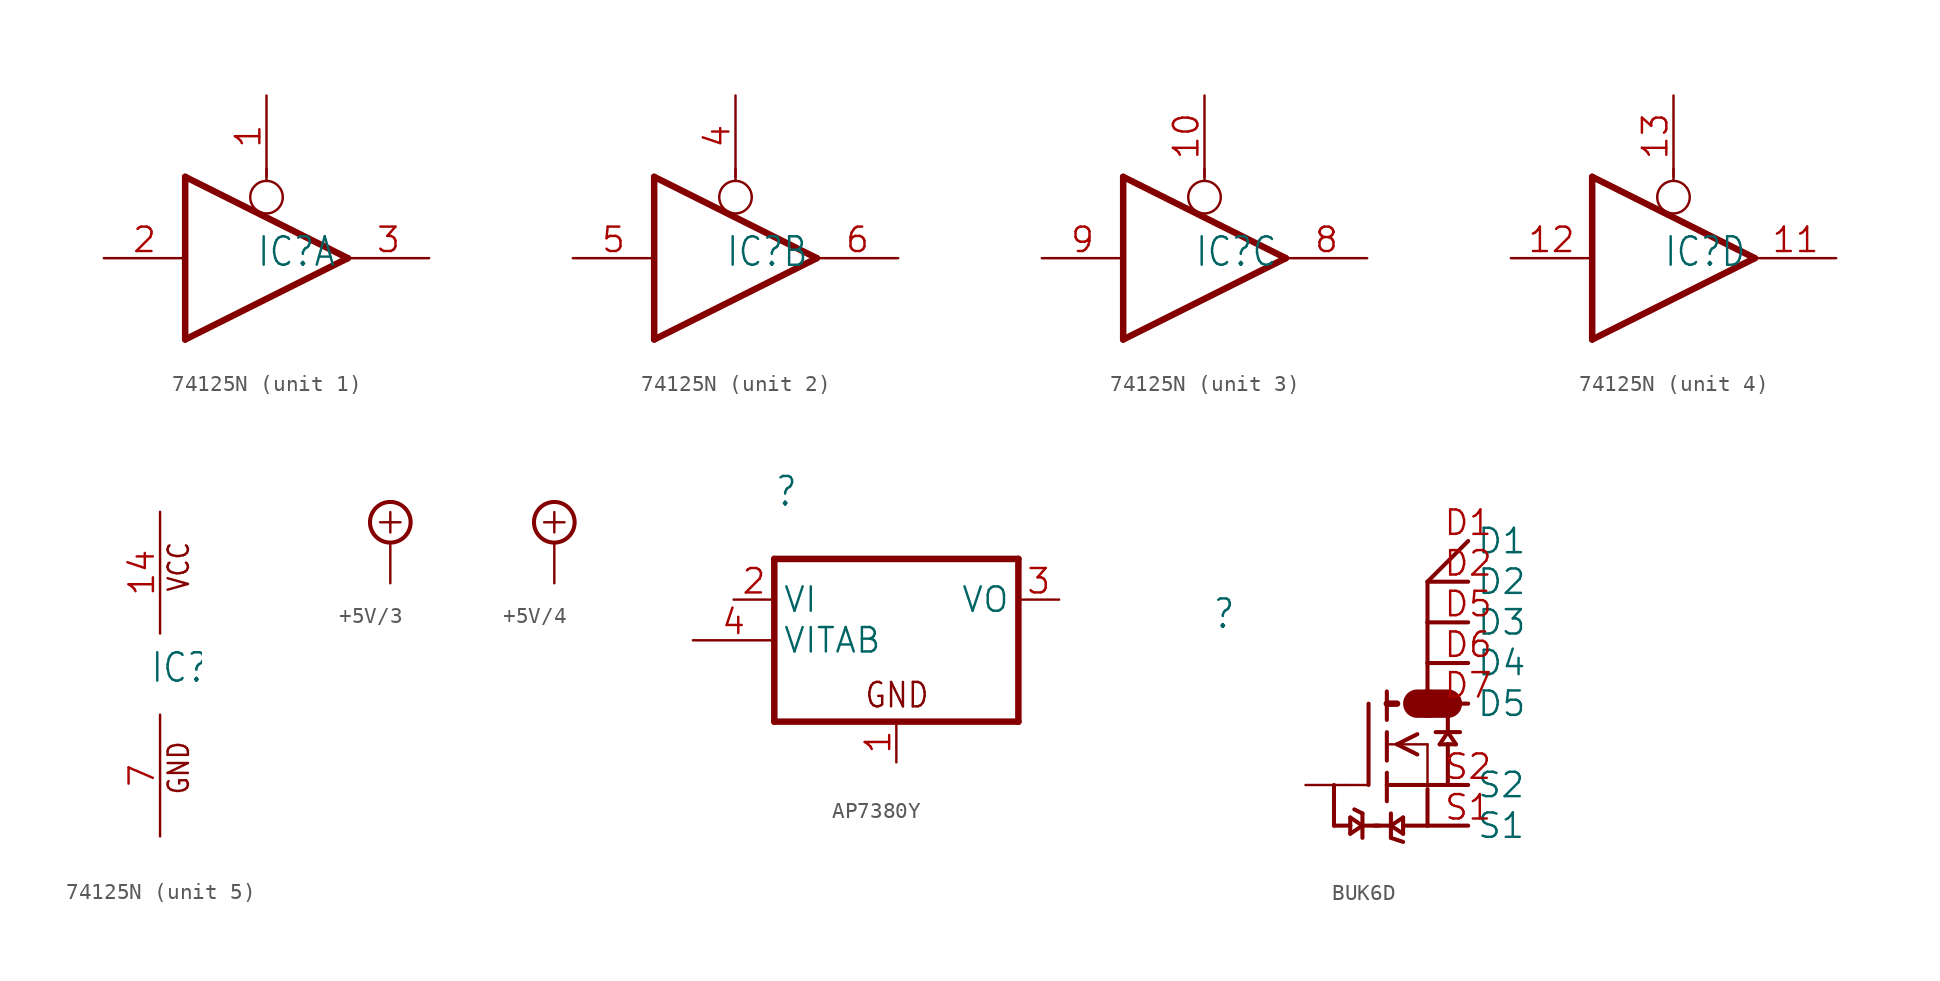
<source format=kicad_sym>
(kicad_symbol_lib
  (version 20241209)
  (generator "kicad_symbol_editor")
  (generator_version "9.0")
  (symbol "74125N"
    (property "Reference" "IC"
      (at -0.635 -0.635 0)
      (effects (font (size 1.778 1.511)) (justify left bottom)))
    (property "ki_locked" ""
      (at 0 0 0)
      (effects (font (size 1.27 1.27))))
    (symbol "74125N_1_0"
      (polyline (pts (xy -5.08 -5.08) (xy -5.08 5.08)) (stroke (width 0.406) (type solid)) (fill (type none)))
      (polyline (pts (xy 0 4.826) (xy 0 5.588)) (stroke (width 0.152) (type solid)) (fill (type none)))
      (circle (center 0 3.81) (radius 1.016) (stroke (width 0.152) (type solid)) (fill (type none)))
      (polyline (pts (xy 5.08 0) (xy -5.08 5.08)) (stroke (width 0.406) (type solid)) (fill (type none)))
      (polyline (pts (xy 5.08 0) (xy -5.08 -5.08)) (stroke (width 0.406) (type solid)) (fill (type none)))
      (pin input line (at -10.16 0 0) (length 5.08) (name "I" (effects (font (size 0 0)))) (number "2" (effects (font (size 1.524 1.524)))))
      (pin input line (at 0 10.16 270) (length 5.08) (name "OE" (effects (font (size 0 0)))) (number "1" (effects (font (size 1.524 1.524)))))
      (pin tri_state line (at 10.16 0 180) (length 5.08) (name "O" (effects (font (size 0 0)))) (number "3" (effects (font (size 1.524 1.524))))))
    (symbol "74125N_2_0"
      (polyline (pts (xy -5.08 -5.08) (xy -5.08 5.08)) (stroke (width 0.406) (type solid)) (fill (type none)))
      (polyline (pts (xy 0 4.826) (xy 0 5.588)) (stroke (width 0.152) (type solid)) (fill (type none)))
      (circle (center 0 3.81) (radius 1.016) (stroke (width 0.152) (type solid)) (fill (type none)))
      (polyline (pts (xy 5.08 0) (xy -5.08 5.08)) (stroke (width 0.406) (type solid)) (fill (type none)))
      (polyline (pts (xy 5.08 0) (xy -5.08 -5.08)) (stroke (width 0.406) (type solid)) (fill (type none)))
      (pin input line (at -10.16 0 0) (length 5.08) (name "I" (effects (font (size 0 0)))) (number "5" (effects (font (size 1.524 1.524)))))
      (pin input line (at 0 10.16 270) (length 5.08) (name "OE" (effects (font (size 0 0)))) (number "4" (effects (font (size 1.524 1.524)))))
      (pin tri_state line (at 10.16 0 180) (length 5.08) (name "O" (effects (font (size 0 0)))) (number "6" (effects (font (size 1.524 1.524))))))
    (symbol "74125N_3_0"
      (polyline (pts (xy -5.08 -5.08) (xy -5.08 5.08)) (stroke (width 0.406) (type solid)) (fill (type none)))
      (polyline (pts (xy 0 4.826) (xy 0 5.588)) (stroke (width 0.152) (type solid)) (fill (type none)))
      (circle (center 0 3.81) (radius 1.016) (stroke (width 0.152) (type solid)) (fill (type none)))
      (polyline (pts (xy 5.08 0) (xy -5.08 5.08)) (stroke (width 0.406) (type solid)) (fill (type none)))
      (polyline (pts (xy 5.08 0) (xy -5.08 -5.08)) (stroke (width 0.406) (type solid)) (fill (type none)))
      (pin input line (at -10.16 0 0) (length 5.08) (name "I" (effects (font (size 0 0)))) (number "9" (effects (font (size 1.524 1.524)))))
      (pin input line (at 0 10.16 270) (length 5.08) (name "OE" (effects (font (size 0 0)))) (number "10" (effects (font (size 1.524 1.524)))))
      (pin tri_state line (at 10.16 0 180) (length 5.08) (name "O" (effects (font (size 0 0)))) (number "8" (effects (font (size 1.524 1.524))))))
    (symbol "74125N_4_0"
      (polyline (pts (xy -5.08 -5.08) (xy -5.08 5.08)) (stroke (width 0.406) (type solid)) (fill (type none)))
      (polyline (pts (xy 0 4.826) (xy 0 5.588)) (stroke (width 0.152) (type solid)) (fill (type none)))
      (circle (center 0 3.81) (radius 1.016) (stroke (width 0.152) (type solid)) (fill (type none)))
      (polyline (pts (xy 5.08 0) (xy -5.08 5.08)) (stroke (width 0.406) (type solid)) (fill (type none)))
      (polyline (pts (xy 5.08 0) (xy -5.08 -5.08)) (stroke (width 0.406) (type solid)) (fill (type none)))
      (pin input line (at -10.16 0 0) (length 5.08) (name "I" (effects (font (size 0 0)))) (number "12" (effects (font (size 1.524 1.524)))))
      (pin input line (at 0 10.16 270) (length 5.08) (name "OE" (effects (font (size 0 0)))) (number "13" (effects (font (size 1.524 1.524)))))
      (pin tri_state line (at 10.16 0 180) (length 5.08) (name "O" (effects (font (size 0 0)))) (number "11" (effects (font (size 1.524 1.524))))))
    (symbol "74125N_5_0"
      (text "VCC" (at 1.905 5.08 900) (effects (font (size 1.27 1.079)) (justify left bottom)))
      (text "GND" (at 1.905 -7.62 900) (effects (font (size 1.27 1.079)) (justify left bottom)))
      (pin power_in line (at 0 10.16 270) (length 7.62) (name "VCC" (effects (font (size 0 0)))) (number "14" (effects (font (size 1.524 1.524)))))
      (pin power_in line (at 0 -10.16 90) (length 7.62) (name "GND" (effects (font (size 0 0)))) (number "7" (effects (font (size 1.524 1.524)))))))
  (symbol "+5V/3"
    (power)
    (property "Reference" "#V"
      (at 0 0 0)
      (effects (font (size 1.27 1.27)) (hide yes)))
    (property "Value" ""
      (at -3.81 3.175 0)
      (effects (font (size 1.778 1.511)) (justify left bottom)))
    (property "ki_locked" ""
      (at 0 0 0)
      (effects (font (size 1.27 1.27))))
    (symbol "+5V/3_1_0"
      (polyline (pts (xy -0.635 1.27) (xy 0.635 1.27)) (stroke (width 0.152) (type solid)) (fill (type none)))
      (polyline (pts (xy 0 1.905) (xy 0 0.635)) (stroke (width 0.152) (type solid)) (fill (type none)))
      (circle (center 0 1.27) (radius 1.27) (stroke (width 0.254) (type solid)) (fill (type none)))
      (pin power_in line (at 0 -2.54 90) (length 2.54) (name "+5V/3" (effects (font (size 0 0)))) (number "1" (effects (font (size 0 0)))))))
  (symbol "+5V/4"
    (power)
    (property "Reference" "#V"
      (at 0 0 0)
      (effects (font (size 1.27 1.27)) (hide yes)))
    (property "Value" ""
      (at -3.81 3.175 0)
      (effects (font (size 1.778 1.511)) (justify left bottom)))
    (property "ki_locked" ""
      (at 0 0 0)
      (effects (font (size 1.27 1.27))))
    (symbol "+5V/4_1_0"
      (polyline (pts (xy -0.635 1.27) (xy 0.635 1.27)) (stroke (width 0.152) (type solid)) (fill (type none)))
      (circle (center 0 1.27) (radius 1.27) (stroke (width 0.254) (type solid)) (fill (type none)))
      (polyline (pts (xy 0 0.635) (xy 0 1.905)) (stroke (width 0.152) (type solid)) (fill (type none)))
      (pin power_in line (at 0 -2.54 90) (length 2.54) (name "+5V/4" (effects (font (size 0 0)))) (number "1" (effects (font (size 0 0)))))))
  (symbol "AP7380Y"
    (property "Reference" ""
      (at -7.62 8.255 0)
      (effects (font (size 1.778 1.511)) (justify left bottom)))
    (property "Value" ""
      (at -7.62 5.715 0)
      (effects (font (size 1.778 1.511)) (justify left bottom)))
    (property "ki_locked" ""
      (at 0 0 0)
      (effects (font (size 1.27 1.27))))
    (symbol "AP7380Y_1_0"
      (polyline (pts (xy -7.62 5.08) (xy -7.62 -5.08)) (stroke (width 0.406) (type solid)) (fill (type none)))
      (polyline (pts (xy -7.62 -5.08) (xy 7.62 -5.08)) (stroke (width 0.406) (type solid)) (fill (type none)))
      (polyline (pts (xy 7.62 5.08) (xy -7.62 5.08)) (stroke (width 0.406) (type solid)) (fill (type none)))
      (polyline (pts (xy 7.62 -5.08) (xy 7.62 5.08)) (stroke (width 0.406) (type solid)) (fill (type none)))
      (text "GND" (at -2.032 -4.318 0) (effects (font (size 1.524 1.295)) (justify left bottom)))
      (pin bidirectional line (at -12.7 0 0) (length 5.08) (name "VITAB" (effects (font (size 1.524 1.524)))) (number "4" (effects (font (size 1.524 1.524)))))
      (pin input line (at -10.16 2.54 0) (length 2.54) (name "VI" (effects (font (size 1.524 1.524)))) (number "2" (effects (font (size 1.524 1.524)))))
      (pin passive line (at 0 -7.62 90) (length 2.54) (name "GND" (effects (font (size 0 0)))) (number "1" (effects (font (size 1.524 1.524)))))
      (pin passive line (at 10.16 2.54 180) (length 2.54) (name "VO" (effects (font (size 1.524 1.524)))) (number "3" (effects (font (size 1.524 1.524)))))))
  (symbol "BUK6D"
    (property "Reference" ""
      (at -10.922 7.112 0)
      (effects (font (size 1.778 1.511)) (justify left bottom)))
    (property "Value" ""
      (at -11.684 4.572 0)
      (effects (font (size 1.778 1.511)) (justify left bottom)))
    (property "ki_locked" ""
      (at 0 0 0)
      (effects (font (size 1.27 1.27))))
    (symbol "BUK6D_1_0"
      (polyline (pts (xy -3.302 -5.08) (xy -3.302 -2.54)) (stroke (width 0.254) (type solid)) (fill (type none)))
      (polyline (pts (xy -2.54 -2.54) (xy -1.219 -2.54)) (stroke (width 0.152) (type solid)) (fill (type none)))
      (polyline (pts (xy -2.286 -4.572) (xy -2.286 -5.08)) (stroke (width 0.254) (type solid)) (fill (type none)))
      (polyline (pts (xy -2.286 -4.572) (xy -1.524 -5.08)) (stroke (width 0.254) (type solid)) (fill (type none)))
      (polyline (pts (xy -2.286 -5.08) (xy -3.302 -5.08)) (stroke (width 0.254) (type solid)) (fill (type none)))
      (polyline (pts (xy -2.286 -5.08) (xy -2.286 -5.588)) (stroke (width 0.254) (type solid)) (fill (type none)))
      (polyline (pts (xy -1.524 -4.318) (xy -2.032 -4.064)) (stroke (width 0.254) (type solid)) (fill (type none)))
      (polyline (pts (xy -1.524 -4.318) (xy -1.524 -5.842)) (stroke (width 0.254) (type solid)) (fill (type none)))
      (polyline (pts (xy -1.524 -5.08) (xy -2.286 -5.588)) (stroke (width 0.254) (type solid)) (fill (type none)))
      (polyline (pts (xy -1.143 2.54) (xy -1.143 -2.54)) (stroke (width 0.254) (type solid)) (fill (type none)))
      (polyline (pts (xy -0.762 -5.08) (xy 0.254 -5.08)) (stroke (width 0.254) (type solid)) (fill (type none)))
      (polyline (pts (xy -0.508 -5.08) (xy -1.524 -5.08)) (stroke (width 0.254) (type solid)) (fill (type none)))
      (polyline (pts (xy 0 2.54) (xy 0.635 2.54)) (stroke (width 0.406) (type solid)) (fill (type none)))
      (polyline (pts (xy 0 1.524) (xy 0 3.302)) (stroke (width 0.254) (type solid)) (fill (type none)))
      (polyline (pts (xy 0 0) (xy 0.635 0)) (stroke (width 0.152) (type solid)) (fill (type none)))
      (polyline (pts (xy 0 -1.016) (xy 0 0.762)) (stroke (width 0.254) (type solid)) (fill (type none)))
      (polyline (pts (xy 0 -2.54) (xy 0 -1.778)) (stroke (width 0.254) (type solid)) (fill (type none)))
      (polyline (pts (xy 0 -2.54) (xy 5.08 -2.54)) (stroke (width 0.254) (type solid)) (fill (type none)))
      (polyline (pts (xy 0 -3.556) (xy 0 -2.54)) (stroke (width 0.254) (type solid)) (fill (type none)))
      (polyline (pts (xy 0.254 -5.08) (xy 1.016 -4.572)) (stroke (width 0.254) (type solid)) (fill (type none)))
      (polyline (pts (xy 0.254 -5.842) (xy 0.254 -4.318)) (stroke (width 0.254) (type solid)) (fill (type none)))
      (polyline (pts (xy 0.254 -5.842) (xy 1.016 -6.096)) (stroke (width 0.254) (type solid)) (fill (type none)))
      (polyline (pts (xy 0.635 0) (xy 2.54 0)) (stroke (width 0.152) (type solid)) (fill (type none)))
      (polyline (pts (xy 1.016 -5.08) (xy 1.016 -4.572)) (stroke (width 0.254) (type solid)) (fill (type none)))
      (polyline (pts (xy 1.016 -5.08) (xy 2.54 -5.08)) (stroke (width 0.254) (type solid)) (fill (type none)))
      (polyline (pts (xy 1.016 -5.588) (xy 0.254 -5.08)) (stroke (width 0.254) (type solid)) (fill (type none)))
      (polyline (pts (xy 1.016 -5.588) (xy 1.016 -5.08)) (stroke (width 0.254) (type solid)) (fill (type none)))
      (polyline (pts (xy 1.27 2.54) (xy 1.905 2.54)) (stroke (width 0.406) (type solid)) (fill (type none)))
      (polyline (pts (xy 1.905 0.635) (xy 0.635 0)) (stroke (width 0.254) (type solid)) (fill (type none)))
      (polyline (pts (xy 1.905 -0.635) (xy 0.635 0)) (stroke (width 0.254) (type solid)) (fill (type none)))
      (polyline (pts (xy 2.54 10.16) (xy 2.54 7.62)) (stroke (width 0.254) (type solid)) (fill (type none)))
      (polyline (pts (xy 2.54 7.62) (xy 2.54 5.08)) (stroke (width 0.254) (type solid)) (fill (type none)))
      (polyline (pts (xy 2.54 5.08) (xy 2.54 2.54)) (stroke (width 0.254) (type solid)) (fill (type none)))
      (polyline (pts (xy 2.54 2.54) (xy 1.905 2.54)) (stroke (width 1.778) (type solid)) (fill (type none)))
      (polyline (pts (xy 2.54 0) (xy 2.54 -2.54)) (stroke (width 0.152) (type solid)) (fill (type none)))
      (polyline (pts (xy 2.54 -5.08) (xy 2.54 -2.794)) (stroke (width 0.254) (type solid)) (fill (type none)))
      (polyline (pts (xy 2.54 -5.08) (xy 5.08 -5.08)) (stroke (width 0.254) (type solid)) (fill (type none)))
      (polyline (pts (xy 3.048 0.762) (xy 4.572 0.762)) (stroke (width 0.254) (type solid)) (fill (type none)))
      (polyline (pts (xy 3.302 0) (xy 3.81 0.762)) (stroke (width 0.254) (type solid)) (fill (type none)))
      (polyline (pts (xy 3.302 0) (xy 3.81 0)) (stroke (width 0.254) (type solid)) (fill (type none)))
      (polyline (pts (xy 3.81 2.54) (xy 2.54 2.54)) (stroke (width 1.778) (type solid)) (fill (type none)))
      (polyline (pts (xy 3.81 2.54) (xy 4.445 2.54)) (stroke (width 0.406) (type solid)) (fill (type none)))
      (polyline (pts (xy 3.81 1.778) (xy 3.81 0.762)) (stroke (width 0.254) (type solid)) (fill (type none)))
      (polyline (pts (xy 3.81 0.762) (xy 4.318 0)) (stroke (width 0.254) (type solid)) (fill (type none)))
      (polyline (pts (xy 3.81 0) (xy 3.81 -2.54)) (stroke (width 0.254) (type solid)) (fill (type none)))
      (polyline (pts (xy 3.81 0) (xy 4.318 0)) (stroke (width 0.254) (type solid)) (fill (type none)))
      (polyline (pts (xy 5.08 12.7) (xy 2.54 10.16)) (stroke (width 0.254) (type solid)) (fill (type none)))
      (polyline (pts (xy 5.08 10.16) (xy 2.54 10.16)) (stroke (width 0.254) (type solid)) (fill (type none)))
      (polyline (pts (xy 5.08 7.62) (xy 2.54 7.62)) (stroke (width 0.254) (type solid)) (fill (type none)))
      (polyline (pts (xy 5.08 5.08) (xy 2.54 5.08)) (stroke (width 0.254) (type solid)) (fill (type none)))
      (polyline (pts (xy 5.08 2.54) (xy 2.54 2.54)) (stroke (width 0.254) (type solid)) (fill (type none)))
      (pin passive line (at -5.08 -2.54 0) (length 2.54) (name "G" (effects (font (size 0 0)))) (number "G" (effects (font (size 0 0)))))
      (pin bidirectional line (at 5.08 12.7 0) (length 0) (name "D1" (effects (font (size 1.524 1.524)))) (number "D1" (effects (font (size 1.524 1.524)))))
      (pin bidirectional line (at 5.08 10.16 0) (length 0) (name "D2" (effects (font (size 1.524 1.524)))) (number "D2" (effects (font (size 1.524 1.524)))))
      (pin bidirectional line (at 5.08 7.62 0) (length 0) (name "D3" (effects (font (size 1.524 1.524)))) (number "D5" (effects (font (size 1.524 1.524)))))
      (pin bidirectional line (at 5.08 5.08 0) (length 0) (name "D4" (effects (font (size 1.524 1.524)))) (number "D6" (effects (font (size 1.524 1.524)))))
      (pin bidirectional line (at 5.08 2.54 0) (length 0) (name "D5" (effects (font (size 1.524 1.524)))) (number "D7" (effects (font (size 1.524 1.524)))))
      (pin bidirectional line (at 5.08 -2.54 0) (length 0) (name "S2" (effects (font (size 1.524 1.524)))) (number "S2" (effects (font (size 1.524 1.524)))))
      (pin bidirectional line (at 5.08 -5.08 0) (length 0) (name "S1" (effects (font (size 1.524 1.524)))) (number "S1" (effects (font (size 1.524 1.524))))))))
</source>
